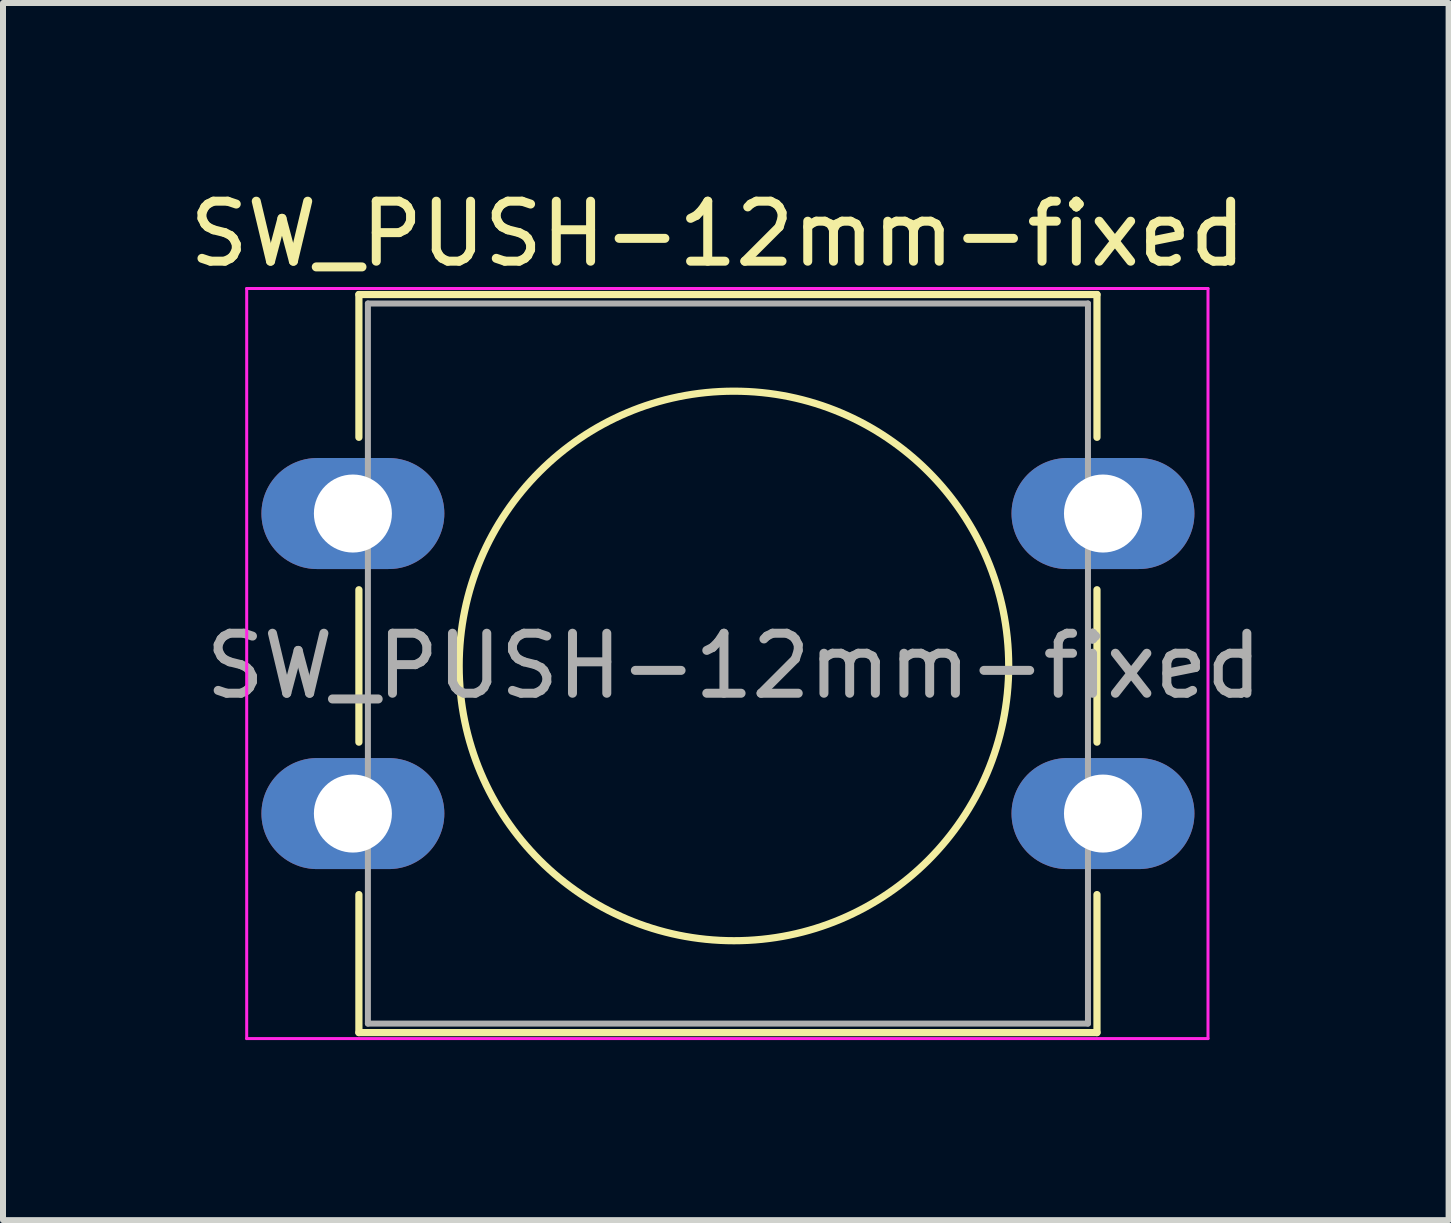
<source format=kicad_pcb>
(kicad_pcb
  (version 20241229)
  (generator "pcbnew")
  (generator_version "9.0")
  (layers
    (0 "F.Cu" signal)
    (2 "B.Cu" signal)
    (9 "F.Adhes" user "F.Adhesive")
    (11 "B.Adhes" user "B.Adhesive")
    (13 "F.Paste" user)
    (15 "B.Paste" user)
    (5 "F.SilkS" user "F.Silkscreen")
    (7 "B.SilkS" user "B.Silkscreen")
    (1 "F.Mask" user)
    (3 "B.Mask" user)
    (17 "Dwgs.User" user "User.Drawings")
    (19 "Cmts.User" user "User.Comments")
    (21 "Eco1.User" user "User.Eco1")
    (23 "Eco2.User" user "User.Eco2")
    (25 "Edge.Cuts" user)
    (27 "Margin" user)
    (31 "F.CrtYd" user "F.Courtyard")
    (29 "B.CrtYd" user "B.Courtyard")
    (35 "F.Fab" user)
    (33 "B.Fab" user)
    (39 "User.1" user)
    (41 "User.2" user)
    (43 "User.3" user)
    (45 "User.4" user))
  (footprint "SW_PUSH-12mm-fixed"
    (layer "F.Cu")
    (at 2.831 5.508)
    (property "Reference" "SW_PUSH-12mm-fixed" (at 6.08 -4.66 0) (layer "F.SilkS") (effects (font (size 1 1) (thickness 0.15))))
    (attr through_hole)
    (fp_line (start 0.1 -3.65) (end 12.4 -3.65) (stroke (width 0.12) (type solid)) (layer "F.SilkS"))
    (fp_line (start 0.1 -1.27) (end 0.1 -3.65) (stroke (width 0.12) (type solid)) (layer "F.SilkS"))
    (fp_line (start 0.1 3.81) (end 0.1 1.27) (stroke (width 0.12) (type solid)) (layer "F.SilkS"))
    (fp_line (start 0.1 8.65) (end 0.1 6.35) (stroke (width 0.12) (type solid)) (layer "F.SilkS"))
    (fp_line (start 12.4 -3.65) (end 12.4 -1.27) (stroke (width 0.12) (type solid)) (layer "F.SilkS"))
    (fp_line (start 12.4 1.27) (end 12.4 3.81) (stroke (width 0.12) (type solid)) (layer "F.SilkS"))
    (fp_line (start 12.4 6.35) (end 12.4 8.65) (stroke (width 0.12) (type solid)) (layer "F.SilkS"))
    (fp_line (start 12.4 8.65) (end 0.1 8.65) (stroke (width 0.12) (type solid)) (layer "F.SilkS"))
    (fp_circle (center 6.35 2.54) (end 10.16 5.08) (stroke (width 0.12) (type solid)) (fill no) (layer "F.SilkS"))
    (fp_line (start -1.77 -3.75) (end -1.77 8.75) (stroke (width 0.05) (type solid)) (layer "F.CrtYd"))
    (fp_line (start -1.77 -3.75) (end 14.25 -3.75) (stroke (width 0.05) (type solid)) (layer "F.CrtYd"))
    (fp_line (start 14.25 8.75) (end -1.77 8.75) (stroke (width 0.05) (type solid)) (layer "F.CrtYd"))
    (fp_line (start 14.25 8.75) (end 14.25 -3.75) (stroke (width 0.05) (type solid)) (layer "F.CrtYd"))
    (fp_line (start 0.25 -3.5) (end 0.25 8.5) (stroke (width 0.1) (type solid)) (layer "F.Fab"))
    (fp_line (start 0.25 -3.5) (end 12.25 -3.5) (stroke (width 0.1) (type solid)) (layer "F.Fab"))
    (fp_line (start 0.25 8.5) (end 12.25 8.5) (stroke (width 0.1) (type solid)) (layer "F.Fab"))
    (fp_line (start 12.25 -3.5) (end 12.25 8.5) (stroke (width 0.1) (type solid)) (layer "F.Fab"))
    (fp_text user "${REFERENCE}" (at 6.35 2.54 0) (layer "F.Fab") (effects (font (size 1 1) (thickness 0.15))))
    (pad "" thru_hole oval (at 12.5 0) (size 3.048 1.85) (drill 1.3) (layers "*.Cu" "*.Mask"))
    (pad "" thru_hole oval (at 12.5 5) (size 3.048 1.85) (drill 1.3) (layers "*.Cu" "*.Mask"))
    (pad "1" thru_hole oval (at 0 0) (size 3.048 1.85) (drill 1.3) (layers "*.Cu" "*.Mask"))
    (pad "2" thru_hole oval (at 0 5) (size 3.048 1.85) (drill 1.3) (layers "*.Cu" "*.Mask")))
  (gr_rect
    (start -3 -3)
    (end 21.091 17.283)
    (stroke (width 0.1) (type default))
    (fill no)
    (layer "Edge.Cuts")))
</source>
